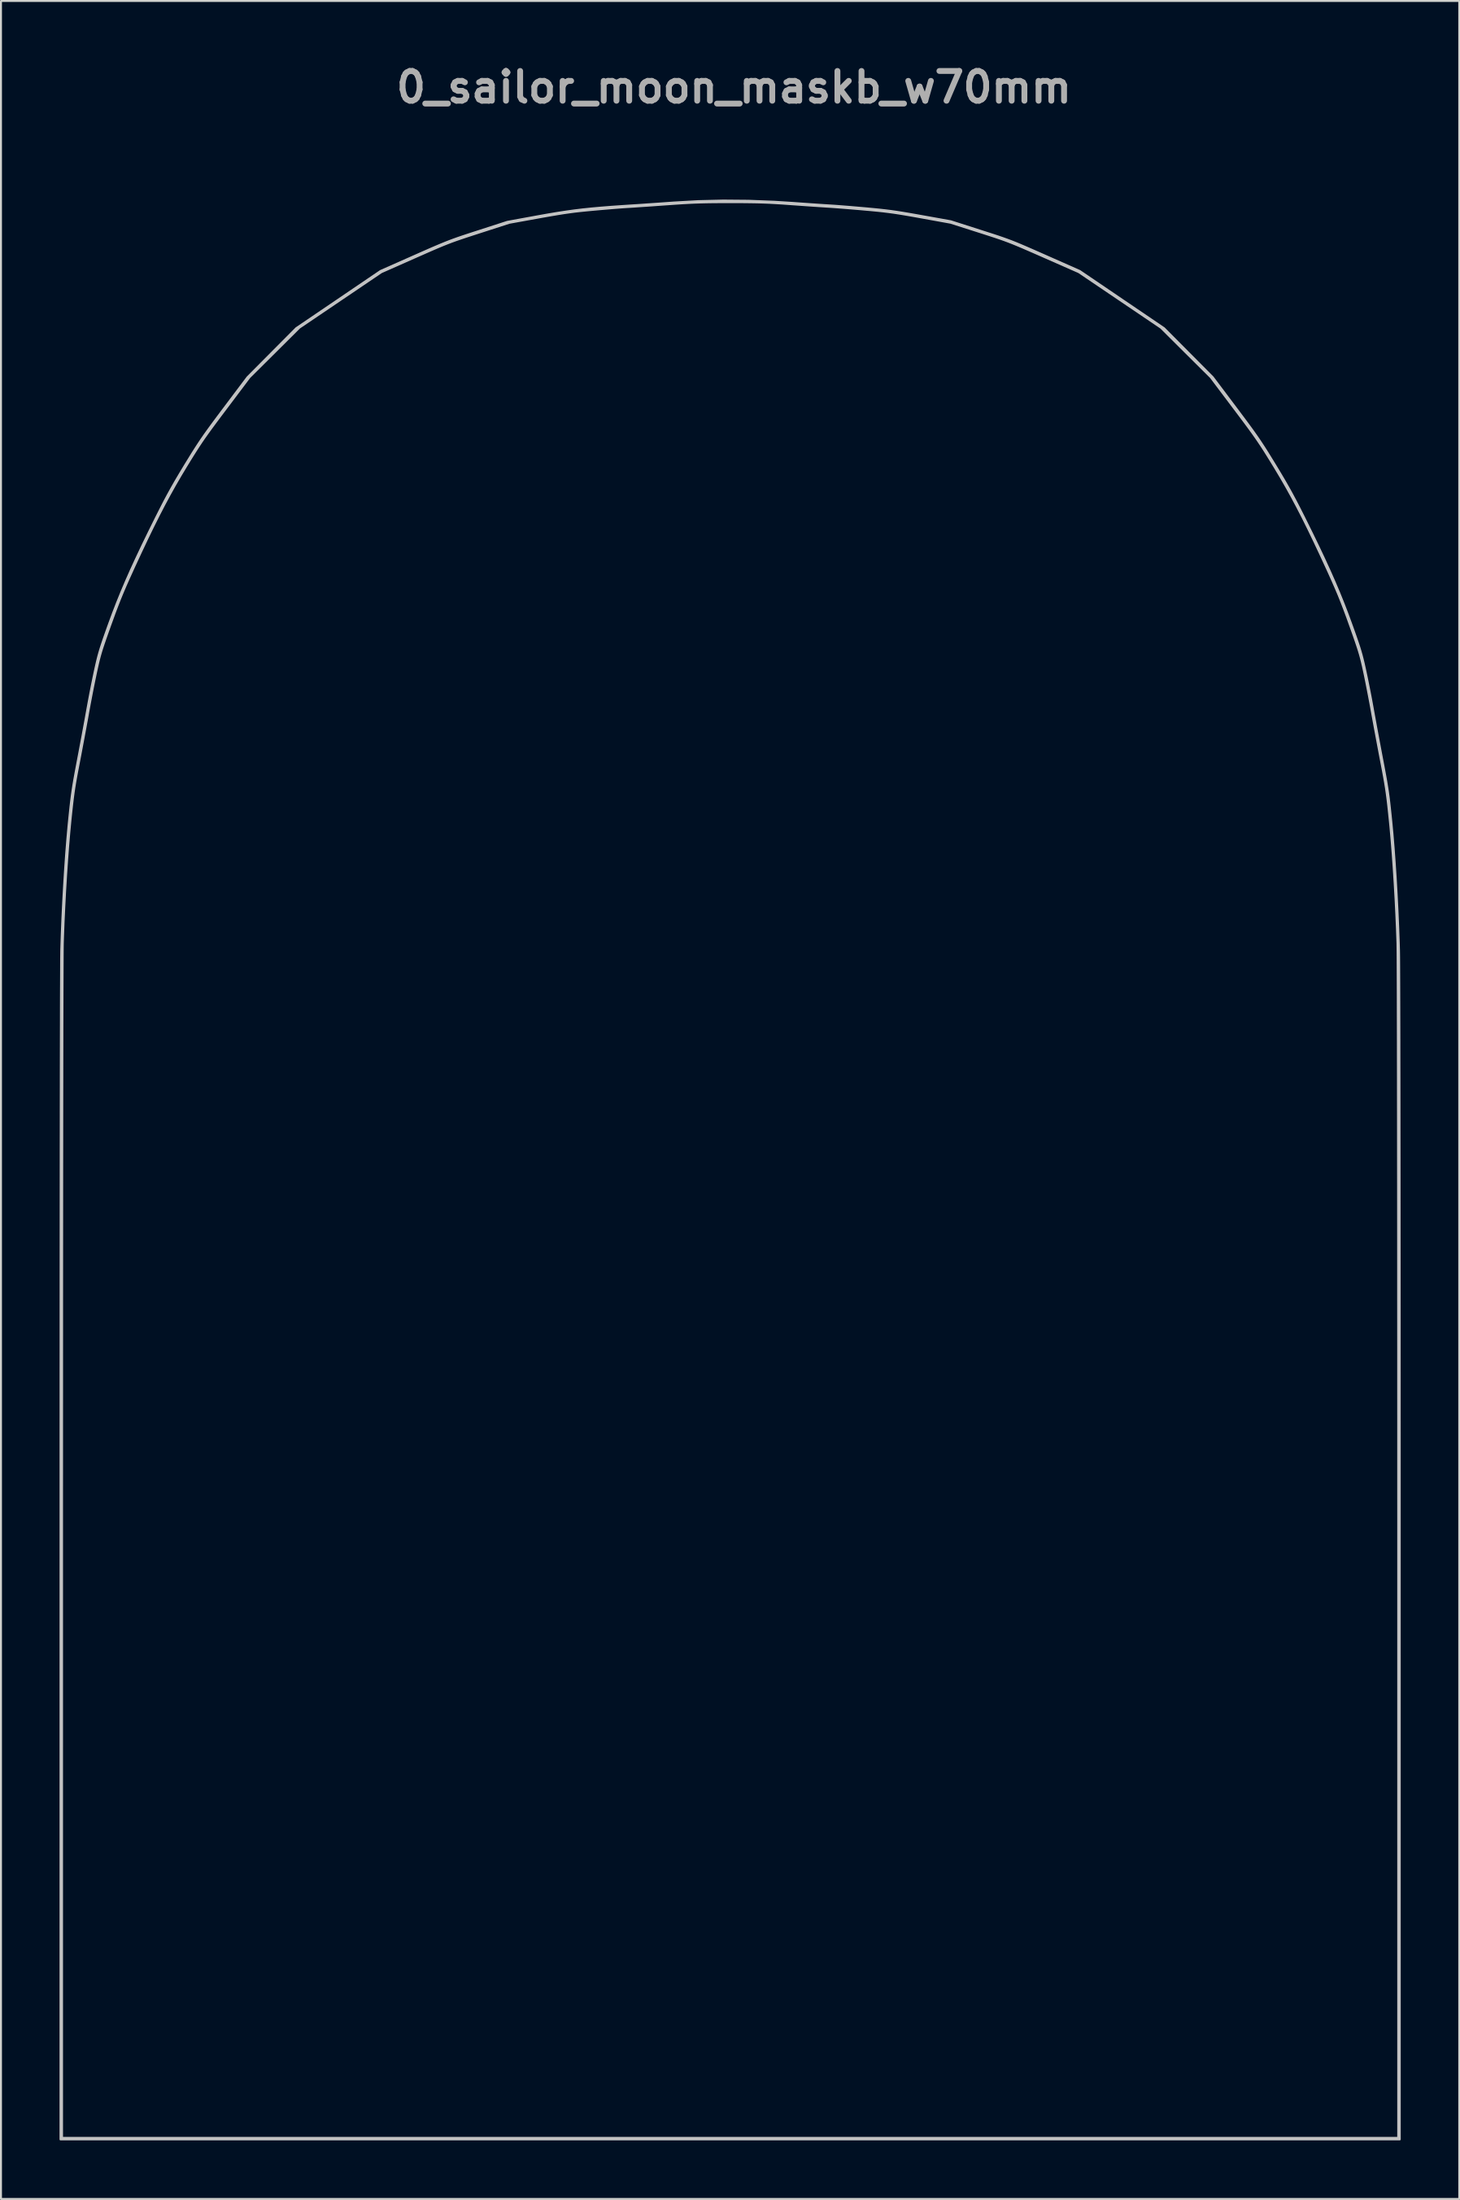
<source format=kicad_pcb>
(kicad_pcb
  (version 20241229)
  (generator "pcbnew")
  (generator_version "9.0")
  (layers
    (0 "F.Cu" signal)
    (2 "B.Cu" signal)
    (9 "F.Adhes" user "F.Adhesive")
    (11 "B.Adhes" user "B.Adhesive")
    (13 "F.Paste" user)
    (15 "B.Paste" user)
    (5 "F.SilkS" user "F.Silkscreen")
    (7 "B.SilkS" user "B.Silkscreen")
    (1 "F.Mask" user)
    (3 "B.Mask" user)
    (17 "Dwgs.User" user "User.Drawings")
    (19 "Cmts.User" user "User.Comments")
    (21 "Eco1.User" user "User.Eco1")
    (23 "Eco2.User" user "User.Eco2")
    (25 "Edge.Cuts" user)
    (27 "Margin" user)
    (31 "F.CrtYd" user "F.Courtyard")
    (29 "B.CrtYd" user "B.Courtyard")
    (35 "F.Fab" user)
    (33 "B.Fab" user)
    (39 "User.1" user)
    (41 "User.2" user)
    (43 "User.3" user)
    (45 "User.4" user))
  (footprint "0_sailor_moon_maskb_w70mm"
    (layer "F.Cu")
    (at 34.358 56.818)
    (property "Reference" "0_sailor_moon_maskb_w70mm" (at 0.2 -55.4 0) (layer "F.Fab") (effects (font (size 1.524 1.524) (thickness 0.3))))
    (attr board_only exclude_from_pos_files exclude_from_bom)
    (fp_poly (pts (xy -0.026 -42.275) (xy 0.222 -42.269) (xy 0.461 -42.259) (xy 0.706 -42.245) (xy 0.969 -42.227) (xy 1.245 -42.206) (xy 2.206 -42.124) (xy 3.121 -42.031) (xy 3.986 -41.927) (xy 4.795 -41.815) (xy 5.541 -41.694) (xy 6.218 -41.565) (xy 6.587 -41.485) (xy 7.329 -41.303) (xy 8.123 -41.084) (xy 8.955 -40.835) (xy 9.811 -40.559) (xy 10.677 -40.261) (xy 11.54 -39.947) (xy 12.385 -39.621) (xy 13.198 -39.289) (xy 13.965 -38.954) (xy 14.411 -38.748) (xy 15.522 -38.19) (xy 16.629 -37.573) (xy 17.722 -36.901) (xy 18.792 -36.184) (xy 19.828 -35.427) (xy 20.821 -34.638) (xy 21.762 -33.823) (xy 22.64 -32.989) (xy 23.105 -32.513) (xy 23.633 -31.951) (xy 24.109 -31.431) (xy 24.542 -30.944) (xy 24.938 -30.482) (xy 25.306 -30.036) (xy 25.652 -29.597) (xy 25.985 -29.156) (xy 26.072 -29.037) (xy 26.655 -28.202) (xy 27.235 -27.302) (xy 27.804 -26.351) (xy 28.357 -25.361) (xy 28.886 -24.345) (xy 29.384 -23.316) (xy 29.846 -22.287) (xy 30.263 -21.271) (xy 30.58 -20.421) (xy 30.819 -19.714) (xy 31.047 -18.968) (xy 31.263 -18.195) (xy 31.462 -17.409) (xy 31.644 -16.622) (xy 31.804 -15.846) (xy 31.94 -15.094) (xy 32.049 -14.378) (xy 32.128 -13.711) (xy 32.165 -13.283) (xy 32.199 -12.675) (xy 32.221 -12.01) (xy 32.232 -11.305) (xy 32.232 -10.58) (xy 32.221 -9.852) (xy 32.2 -9.14) (xy 32.168 -8.462) (xy 32.126 -7.837) (xy 32.11 -7.643) (xy 32.039 -6.88) (xy 31.968 -6.183) (xy 31.895 -5.541) (xy 31.817 -4.945) (xy 31.734 -4.383) (xy 31.643 -3.843) (xy 31.543 -3.316) (xy 31.43 -2.789) (xy 31.304 -2.253) (xy 31.162 -1.696) (xy 31.003 -1.106) (xy 30.883 -0.681) (xy 30.746 -0.201) (xy 30.624 0.216) (xy 30.513 0.581) (xy 30.411 0.907) (xy 30.312 1.205) (xy 30.213 1.487) (xy 30.11 1.765) (xy 29.999 2.051) (xy 29.875 2.357) (xy 29.858 2.399) (xy 29.529 3.186) (xy 29.209 3.912) (xy 28.89 4.593) (xy 28.565 5.245) (xy 28.227 5.883) (xy 27.867 6.521) (xy 27.55 7.06) (xy 27.18 7.668) (xy 26.837 8.218) (xy 26.512 8.722) (xy 26.199 9.191) (xy 25.887 9.636) (xy 25.571 10.07) (xy 25.241 10.504) (xy 24.889 10.949) (xy 24.691 11.195) (xy 24.235 11.749) (xy 23.819 12.245) (xy 23.436 12.688) (xy 23.083 13.083) (xy 22.753 13.437) (xy 22.442 13.754) (xy 22.145 14.04) (xy 21.98 14.191) (xy 21.028 15.014) (xy 20.064 15.773) (xy 19.069 16.484) (xy 18.024 17.16) (xy 17.893 17.241) (xy 17.221 17.647) (xy 16.604 18.013) (xy 16.032 18.343) (xy 15.496 18.641) (xy 14.987 18.913) (xy 14.496 19.162) (xy 14.013 19.393) (xy 13.531 19.611) (xy 13.038 19.82) (xy 12.527 20.025) (xy 11.988 20.23) (xy 11.436 20.431) (xy 10.407 20.79) (xy 9.431 21.111) (xy 8.498 21.398) (xy 7.594 21.652) (xy 6.709 21.879) (xy 5.83 22.08) (xy 4.945 22.259) (xy 4.242 22.386) (xy 4.021 22.43) (xy 3.855 22.482) (xy 3.732 22.557) (xy 3.637 22.666) (xy 3.556 22.821) (xy 3.477 23.037) (xy 3.452 23.111) (xy 3.228 23.884) (xy 3.062 24.643) (xy 2.957 25.377) (xy 2.93 25.692) (xy 2.924 26) (xy 2.94 26.359) (xy 2.976 26.747) (xy 3.029 27.14) (xy 3.096 27.516) (xy 3.174 27.853) (xy 3.189 27.906) (xy 3.223 28.024) (xy 3.256 28.131) (xy 3.291 28.235) (xy 3.332 28.343) (xy 3.381 28.463) (xy 3.442 28.601) (xy 3.518 28.765) (xy 3.614 28.962) (xy 3.731 29.2) (xy 3.874 29.485) (xy 4.045 29.826) (xy 4.236 30.204) (xy 4.32 30.445) (xy 4.354 30.716) (xy 4.336 30.99) (xy 4.282 31.196) (xy 4.225 31.322) (xy 4.155 31.421) (xy 4.05 31.518) (xy 3.957 31.589) (xy 3.821 31.683) (xy 3.688 31.763) (xy 3.588 31.811) (xy 3.582 31.813) (xy 3.467 31.835) (xy 3.303 31.848) (xy 3.12 31.851) (xy 2.945 31.844) (xy 2.807 31.826) (xy 2.796 31.823) (xy 2.724 31.789) (xy 2.61 31.716) (xy 2.474 31.617) (xy 2.384 31.546) (xy 2.172 31.35) (xy 1.931 31.083) (xy 1.663 30.747) (xy 1.37 30.345) (xy 1.052 29.878) (xy 0.806 29.496) (xy 0.645 29.241) (xy 0.516 29.025) (xy 0.408 28.83) (xy 0.31 28.635) (xy 0.213 28.42) (xy 0.105 28.165) (xy 0.029 27.979) (xy -0.083 27.7) (xy -0.17 27.474) (xy -0.237 27.282) (xy -0.292 27.105) (xy -0.339 26.924) (xy -0.384 26.721) (xy -0.433 26.476) (xy -0.438 26.45) (xy -0.488 26.176) (xy -0.536 25.882) (xy -0.577 25.595) (xy -0.609 25.342) (xy -0.622 25.211) (xy -0.665 24.691) (xy -0.875 24.431) (xy -1.085 24.172) (xy -1.525 24.03) (xy -1.715 23.968) (xy -1.894 23.911) (xy -2.039 23.865) (xy -2.12 23.84) (xy -2.222 23.802) (xy -2.368 23.736) (xy -2.535 23.653) (xy -2.633 23.603) (xy -2.736 23.551) (xy -2.86 23.496) (xy -3.01 23.435) (xy -3.194 23.367) (xy -3.419 23.288) (xy -3.692 23.196) (xy -4.02 23.089) (xy -4.41 22.964) (xy -4.772 22.849) (xy -5.211 22.711) (xy -5.697 22.56) (xy -6.209 22.403) (xy -6.729 22.244) (xy -7.237 22.091) (xy -7.713 21.949) (xy -8.139 21.823) (xy -8.209 21.802) (xy -8.764 21.638) (xy -9.285 21.476) (xy -9.785 21.312) (xy -10.275 21.144) (xy -10.765 20.965) (xy -11.268 20.772) (xy -11.794 20.562) (xy -12.354 20.329) (xy -12.961 20.069) (xy -13.624 19.779) (xy -13.688 19.75) (xy -14.838 19.219) (xy -15.927 18.669) (xy -16.951 18.102) (xy -17.909 17.52) (xy -18.796 16.925) (xy -19.525 16.385) (xy -19.781 16.19) (xy -19.983 16.045) (xy -20.133 15.95) (xy -20.234 15.901) (xy -20.258 15.895) (xy -20.437 15.904) (xy -20.641 15.98) (xy -20.863 16.122) (xy -20.914 16.162) (xy -21.037 16.254) (xy -21.201 16.366) (xy -21.38 16.483) (xy -21.478 16.543) (xy -21.628 16.63) (xy -21.764 16.7) (xy -21.906 16.76) (xy -22.071 16.818) (xy -22.279 16.879) (xy -22.486 16.937) (xy -22.824 17.019) (xy -23.218 17.098) (xy -23.65 17.173) (xy -24.101 17.24) (xy -24.553 17.298) (xy -24.988 17.343) (xy -25.388 17.374) (xy -25.734 17.387) (xy -25.788 17.387) (xy -26.292 17.369) (xy -26.731 17.314) (xy -27.103 17.223) (xy -27.408 17.095) (xy -27.645 16.931) (xy -27.774 16.79) (xy -27.835 16.698) (xy -27.87 16.613) (xy -27.886 16.507) (xy -27.889 16.352) (xy -27.889 16.346) (xy -27.887 16.202) (xy -27.875 16.098) (xy -27.842 16.008) (xy -27.782 15.903) (xy -27.705 15.788) (xy -27.624 15.677) (xy -27.537 15.575) (xy -27.431 15.472) (xy -27.293 15.355) (xy -27.113 15.213) (xy -26.956 15.095) (xy -26.72 14.921) (xy -26.447 14.723) (xy -26.165 14.52) (xy -25.9 14.334) (xy -25.789 14.256) (xy -25.403 13.989) (xy -25.076 13.762) (xy -24.805 13.571) (xy -24.585 13.413) (xy -24.411 13.284) (xy -24.279 13.181) (xy -24.185 13.1) (xy -24.123 13.037) (xy -24.09 12.988) (xy -24.081 12.95) (xy -24.092 12.919) (xy -24.118 12.892) (xy -24.126 12.885) (xy -24.18 12.868) (xy -24.297 12.845) (xy -24.462 12.82) (xy -24.661 12.794) (xy -24.778 12.781) (xy -25.191 12.731) (xy -25.534 12.68) (xy -25.813 12.623) (xy -26.036 12.557) (xy -26.209 12.48) (xy -26.339 12.387) (xy -26.434 12.276) (xy -26.501 12.144) (xy -26.547 11.986) (xy -26.551 11.964) (xy -26.594 11.752) (xy -26.415 11.579) (xy -26.296 11.48) (xy -26.127 11.359) (xy -25.927 11.23) (xy -25.719 11.105) (xy -25.52 10.997) (xy -25.352 10.917) (xy -25.349 10.916) (xy -25.258 10.873) (xy -25.225 10.836) (xy -25.239 10.784) (xy -25.249 10.766) (xy -25.313 10.668) (xy -25.421 10.526) (xy -25.562 10.351) (xy -25.728 10.156) (xy -25.907 9.953) (xy -26.089 9.751) (xy -26.264 9.565) (xy -26.423 9.405) (xy -26.498 9.333) (xy -26.923 8.959) (xy -27.339 8.642) (xy -27.766 8.366) (xy -28.208 8.127) (xy -28.602 7.919) (xy -28.942 7.716) (xy -29.252 7.501) (xy -29.551 7.261) (xy -29.746 7.088) (xy -29.892 6.949) (xy -30.027 6.806) (xy -30.164 6.646) (xy -30.312 6.454) (xy -30.484 6.217) (xy -30.585 6.074) (xy -30.766 5.811) (xy -30.911 5.59) (xy -31.031 5.392) (xy -31.137 5.198) (xy -31.241 4.988) (xy -31.344 4.761) (xy -31.572 4.219) (xy -31.796 3.628) (xy -32.007 3.015) (xy -32.196 2.405) (xy -32.354 1.825) (xy -32.399 1.643) (xy -32.533 1.004) (xy -32.627 0.388) (xy -32.686 -0.234) (xy -32.711 -0.89) (xy -32.713 -1.123) (xy -32.708 -1.421) (xy -32.691 -1.719) (xy -32.662 -2.03) (xy -32.617 -2.364) (xy -32.557 -2.734) (xy -32.479 -3.151) (xy -32.382 -3.627) (xy -32.342 -3.812) (xy -32.281 -4.109) (xy -32.235 -4.373) (xy -32.203 -4.621) (xy -32.185 -4.869) (xy -32.179 -5.131) (xy -32.184 -5.424) (xy -32.201 -5.764) (xy -32.226 -6.145) (xy -32.244 -6.457) (xy -32.259 -6.833) (xy -32.27 -7.261) (xy -32.278 -7.733) (xy -32.283 -8.238) (xy -32.284 -8.765) (xy -32.283 -9.306) (xy -32.278 -9.849) (xy -32.271 -10.385) (xy -32.26 -10.902) (xy -32.247 -11.393) (xy -32.232 -11.845) (xy -32.213 -12.249) (xy -32.193 -12.595) (xy -32.171 -12.856) (xy -32.098 -13.549) (xy -32.015 -14.226) (xy -31.922 -14.903) (xy -31.814 -15.597) (xy -31.691 -16.326) (xy -31.548 -17.106) (xy -31.49 -17.407) (xy -31.413 -17.773) (xy -31.308 -18.211) (xy -31.175 -18.72) (xy -31.014 -19.302) (xy -30.825 -19.956) (xy -30.808 -20.013) (xy -30.622 -20.6) (xy -30.396 -21.232) (xy -30.139 -21.893) (xy -29.857 -22.567) (xy -29.557 -23.236) (xy -29.247 -23.883) (xy -28.934 -24.492) (xy -28.669 -24.972) (xy -28.587 -25.109) (xy -28.467 -25.303) (xy -28.313 -25.546) (xy -28.132 -25.83) (xy -27.927 -26.147) (xy -27.705 -26.489) (xy -27.47 -26.848) (xy -27.227 -27.216) (xy -27.043 -27.495) (xy -26.766 -27.91) (xy -26.526 -28.27) (xy -26.316 -28.583) (xy -26.128 -28.858) (xy -25.956 -29.106) (xy -25.794 -29.334) (xy -25.635 -29.552) (xy -25.472 -29.77) (xy -25.299 -29.996) (xy -25.108 -30.24) (xy -24.894 -30.511) (xy -24.649 -30.818) (xy -24.491 -31.015) (xy -24.186 -31.396) (xy -23.92 -31.724) (xy -23.687 -32.008) (xy -23.478 -32.258) (xy -23.287 -32.482) (xy -23.104 -32.689) (xy -22.924 -32.888) (xy -22.736 -33.088) (xy -22.535 -33.297) (xy -22.367 -33.47) (xy -22.087 -33.753) (xy -21.832 -34.005) (xy -21.588 -34.238) (xy -21.341 -34.464) (xy -21.077 -34.697) (xy -20.782 -34.95) (xy -20.441 -35.235) (xy -20.384 -35.282) (xy -20.092 -35.523) (xy -19.849 -35.722) (xy -19.645 -35.886) (xy -19.469 -36.023) (xy -19.31 -36.141) (xy -19.158 -36.247) (xy -19.002 -36.349) (xy -18.831 -36.454) (xy -18.635 -36.571) (xy -18.403 -36.706) (xy -18.379 -36.72) (xy -17.918 -36.984) (xy -17.416 -37.264) (xy -16.881 -37.557) (xy -16.322 -37.857) (xy -15.747 -38.162) (xy -15.165 -38.465) (xy -14.585 -38.763) (xy -14.014 -39.052) (xy -13.462 -39.326) (xy -12.937 -39.583) (xy -12.447 -39.817) (xy -12.002 -40.023) (xy -11.609 -40.199) (xy -11.358 -40.306) (xy -10.593 -40.609) (xy -9.831 -40.881) (xy -9.061 -41.126) (xy -8.273 -41.347) (xy -7.458 -41.544) (xy -6.606 -41.721) (xy -5.706 -41.88) (xy -4.749 -42.024) (xy -3.773 -42.15) (xy -3.54 -42.176) (xy -3.325 -42.198) (xy -3.116 -42.216) (xy -2.899 -42.23) (xy -2.663 -42.242) (xy -2.396 -42.251) (xy -2.084 -42.258) (xy -1.718 -42.265) (xy -1.381 -42.27) (xy -0.96 -42.275) (xy -0.603 -42.277) (xy -0.297 -42.277)) (stroke (width 0) (type solid)) (fill yes) (layer "B.Mask"))
    (fp_poly (pts (xy 0.942 -49.589) (xy 2.278 -49.537) (xy 3.171 -49.481) (xy 3.536 -49.455) (xy 3.895 -49.43) (xy 4.236 -49.406) (xy 4.547 -49.385) (xy 4.817 -49.367) (xy 5.035 -49.353) (xy 5.189 -49.344) (xy 5.212 -49.342) (xy 5.363 -49.333) (xy 5.577 -49.317) (xy 5.842 -49.296) (xy 6.143 -49.272) (xy 6.468 -49.244) (xy 6.803 -49.215) (xy 6.963 -49.201) (xy 7.33 -49.167) (xy 7.652 -49.135) (xy 7.946 -49.102) (xy 8.226 -49.067) (xy 8.51 -49.027) (xy 8.813 -48.98) (xy 9.151 -48.923) (xy 9.54 -48.855) (xy 9.783 -48.812) (xy 11.3 -48.54) (xy 12.836 -48.049) (xy 13.188 -47.936) (xy 13.49 -47.839) (xy 13.754 -47.752) (xy 13.989 -47.671) (xy 14.208 -47.593) (xy 14.421 -47.513) (xy 14.641 -47.426) (xy 14.877 -47.328) (xy 15.141 -47.215) (xy 15.445 -47.083) (xy 15.8 -46.927) (xy 16.142 -46.776) (xy 17.912 -45.993) (xy 20.071 -44.528) (xy 22.23 -43.064) (xy 24.729 -40.551) (xy 25.916 -38.974) (xy 26.198 -38.598) (xy 26.44 -38.274) (xy 26.649 -37.99) (xy 26.832 -37.737) (xy 26.997 -37.503) (xy 27.15 -37.279) (xy 27.299 -37.053) (xy 27.452 -36.816) (xy 27.614 -36.556) (xy 27.794 -36.264) (xy 27.909 -36.077) (xy 28.163 -35.657) (xy 28.387 -35.279) (xy 28.59 -34.926) (xy 28.783 -34.577) (xy 28.976 -34.216) (xy 29.18 -33.822) (xy 29.404 -33.378) (xy 29.425 -33.336) (xy 29.798 -32.583) (xy 30.136 -31.888) (xy 30.441 -31.242) (xy 30.719 -30.636) (xy 30.973 -30.061) (xy 31.208 -29.507) (xy 31.426 -28.967) (xy 31.633 -28.43) (xy 31.82 -27.921) (xy 31.955 -27.545) (xy 32.066 -27.23) (xy 32.158 -26.962) (xy 32.235 -26.73) (xy 32.299 -26.521) (xy 32.355 -26.323) (xy 32.407 -26.122) (xy 32.459 -25.907) (xy 32.513 -25.665) (xy 32.537 -25.556) (xy 32.608 -25.225) (xy 32.685 -24.846) (xy 32.765 -24.445) (xy 32.841 -24.051) (xy 32.907 -23.69) (xy 32.925 -23.591) (xy 32.974 -23.318) (xy 33.035 -22.984) (xy 33.104 -22.605) (xy 33.18 -22.199) (xy 33.258 -21.78) (xy 33.336 -21.364) (xy 33.411 -20.969) (xy 33.412 -20.966) (xy 33.491 -20.549) (xy 33.557 -20.192) (xy 33.613 -19.882) (xy 33.659 -19.603) (xy 33.7 -19.339) (xy 33.736 -19.076) (xy 33.77 -18.798) (xy 33.804 -18.49) (xy 33.841 -18.137) (xy 33.876 -17.796) (xy 33.936 -17.155) (xy 33.994 -16.45) (xy 34.049 -15.696) (xy 34.101 -14.904) (xy 34.148 -14.089) (xy 34.19 -13.266) (xy 34.226 -12.446) (xy 34.256 -11.645) (xy 34.269 -11.222) (xy 34.271 -11.096) (xy 34.274 -10.893) (xy 34.276 -10.614) (xy 34.278 -10.261) (xy 34.28 -9.834) (xy 34.282 -9.335) (xy 34.284 -8.763) (xy 34.286 -8.122) (xy 34.288 -7.41) (xy 34.29 -6.631) (xy 34.291 -5.784) (xy 34.293 -4.87) (xy 34.295 -3.891) (xy 34.296 -2.848) (xy 34.297 -1.741) (xy 34.299 -0.572) (xy 34.3 0.658) (xy 34.301 1.948) (xy 34.302 3.298) (xy 34.303 4.706) (xy 34.304 6.17) (xy 34.305 7.691) (xy 34.305 9.267) (xy 34.306 10.897) (xy 34.306 12.58) (xy 34.307 14.315) (xy 34.307 16.1) (xy 34.307 17.936) (xy 34.307 19.82) (xy 34.307 19.906) (xy 34.308 49.672) (xy -34.308 49.672) (xy -34.308 49.594) (xy -34.23 49.594) (xy 34.23 49.594) (xy 34.229 19.633) (xy 34.229 17.813) (xy 34.228 16.034) (xy 34.228 14.299) (xy 34.228 12.609) (xy 34.227 10.965) (xy 34.227 9.368) (xy 34.226 7.819) (xy 34.225 6.32) (xy 34.225 4.872) (xy 34.224 3.476) (xy 34.223 2.133) (xy 34.222 0.845) (xy 34.22 -0.387) (xy 34.219 -1.563) (xy 34.218 -2.679) (xy 34.216 -3.737) (xy 34.215 -4.733) (xy 34.213 -5.668) (xy 34.212 -6.539) (xy 34.21 -7.345) (xy 34.208 -8.086) (xy 34.207 -8.76) (xy 34.205 -9.366) (xy 34.203 -9.902) (xy 34.201 -10.367) (xy 34.199 -10.761) (xy 34.197 -11.081) (xy 34.194 -11.327) (xy 34.192 -11.497) (xy 34.191 -11.572) (xy 34.165 -12.303) (xy 34.132 -13.069) (xy 34.093 -13.853) (xy 34.048 -14.642) (xy 33.998 -15.42) (xy 33.945 -16.173) (xy 33.888 -16.885) (xy 33.83 -17.542) (xy 33.799 -17.854) (xy 33.756 -18.27) (xy 33.718 -18.626) (xy 33.682 -18.937) (xy 33.645 -19.22) (xy 33.606 -19.492) (xy 33.561 -19.77) (xy 33.509 -20.069) (xy 33.447 -20.407) (xy 33.372 -20.8) (xy 33.355 -20.888) (xy 33.28 -21.28) (xy 33.201 -21.701) (xy 33.12 -22.132) (xy 33.041 -22.554) (xy 32.968 -22.95) (xy 32.904 -23.299) (xy 32.869 -23.494) (xy 32.806 -23.841) (xy 32.734 -24.221) (xy 32.659 -24.609) (xy 32.585 -24.983) (xy 32.516 -25.319) (xy 32.476 -25.506) (xy 32.423 -25.748) (xy 32.373 -25.961) (xy 32.324 -26.159) (xy 32.271 -26.352) (xy 32.211 -26.554) (xy 32.14 -26.775) (xy 32.055 -27.028) (xy 31.952 -27.325) (xy 31.827 -27.677) (xy 31.761 -27.86) (xy 31.601 -28.305) (xy 31.455 -28.696) (xy 31.318 -29.052) (xy 31.181 -29.392) (xy 31.036 -29.736) (xy 30.876 -30.102) (xy 30.693 -30.509) (xy 30.598 -30.717) (xy 30.252 -31.466) (xy 29.929 -32.151) (xy 29.625 -32.781) (xy 29.335 -33.365) (xy 29.054 -33.91) (xy 28.778 -34.428) (xy 28.502 -34.925) (xy 28.222 -35.411) (xy 27.933 -35.895) (xy 27.868 -36.002) (xy 27.677 -36.313) (xy 27.508 -36.585) (xy 27.354 -36.83) (xy 27.206 -37.057) (xy 27.059 -37.276) (xy 26.906 -37.498) (xy 26.739 -37.733) (xy 26.551 -37.991) (xy 26.336 -38.281) (xy 26.086 -38.615) (xy 25.844 -38.936) (xy 24.627 -40.551) (xy 23.35 -41.819) (xy 22.074 -43.088) (xy 19.969 -44.511) (xy 17.864 -45.934) (xy 16.06 -46.728) (xy 15.649 -46.909) (xy 15.297 -47.062) (xy 14.995 -47.193) (xy 14.732 -47.304) (xy 14.496 -47.401) (xy 14.276 -47.487) (xy 14.062 -47.567) (xy 13.843 -47.645) (xy 13.607 -47.725) (xy 13.344 -47.811) (xy 13.043 -47.908) (xy 12.778 -47.993) (xy 11.3 -48.464) (xy 9.785 -48.738) (xy 9.361 -48.814) (xy 8.997 -48.877) (xy 8.678 -48.93) (xy 8.388 -48.974) (xy 8.111 -49.011) (xy 7.831 -49.045) (xy 7.532 -49.077) (xy 7.199 -49.109) (xy 7.004 -49.126) (xy 6.656 -49.157) (xy 6.297 -49.187) (xy 5.942 -49.216) (xy 5.61 -49.242) (xy 5.317 -49.264) (xy 5.08 -49.28) (xy 5.037 -49.283) (xy 4.819 -49.297) (xy 4.54 -49.315) (xy 4.217 -49.337) (xy 3.865 -49.361) (xy 3.502 -49.387) (xy 3.144 -49.412) (xy 3.023 -49.421) (xy 2.657 -49.447) (xy 2.326 -49.467) (xy 2.016 -49.484) (xy 1.711 -49.496) (xy 1.396 -49.505) (xy 1.056 -49.511) (xy 0.676 -49.515) (xy 0.24 -49.516) (xy 0.006 -49.516) (xy -0.447 -49.516) (xy -0.838 -49.514) (xy -1.183 -49.509) (xy -1.5 -49.502) (xy -1.803 -49.492) (xy -2.11 -49.478) (xy -2.436 -49.46) (xy -2.798 -49.437) (xy -3.212 -49.408) (xy -3.289 -49.403) (xy -3.654 -49.377) (xy -4.013 -49.351) (xy -4.353 -49.328) (xy -4.664 -49.307) (xy -4.934 -49.288) (xy -5.152 -49.274) (xy -5.306 -49.265) (xy -5.329 -49.263) (xy -5.483 -49.253) (xy -5.7 -49.237) (xy -5.966 -49.216) (xy -6.267 -49.191) (xy -6.588 -49.164) (xy -6.916 -49.135) (xy -7.008 -49.127) (xy -7.357 -49.094) (xy -7.668 -49.062) (xy -7.956 -49.03) (xy -8.236 -48.993) (xy -8.523 -48.952) (xy -8.835 -48.902) (xy -9.184 -48.843) (xy -9.589 -48.772) (xy -9.779 -48.738) (xy -11.319 -48.46) (xy -12.865 -47.961) (xy -13.226 -47.844) (xy -13.536 -47.743) (xy -13.806 -47.652) (xy -14.048 -47.569) (xy -14.274 -47.487) (xy -14.495 -47.402) (xy -14.724 -47.311) (xy -14.971 -47.208) (xy -15.248 -47.089) (xy -15.568 -46.949) (xy -15.942 -46.784) (xy -16.14 -46.697) (xy -17.869 -45.932) (xy -22.074 -43.088) (xy -23.35 -41.819) (xy -24.627 -40.551) (xy -25.844 -38.936) (xy -26.128 -38.559) (xy -26.372 -38.232) (xy -26.582 -37.948) (xy -26.766 -37.694) (xy -26.931 -37.462) (xy -27.083 -37.241) (xy -27.229 -37.021) (xy -27.377 -36.792) (xy -27.534 -36.544) (xy -27.706 -36.266) (xy -27.868 -36.002) (xy -28.159 -35.518) (xy -28.441 -35.033) (xy -28.717 -34.539) (xy -28.993 -34.026) (xy -29.272 -33.488) (xy -29.56 -32.913) (xy -29.861 -32.294) (xy -30.179 -31.622) (xy -30.52 -30.888) (xy -30.598 -30.717) (xy -30.795 -30.284) (xy -30.965 -29.901) (xy -31.115 -29.55) (xy -31.255 -29.21) (xy -31.391 -28.864) (xy -31.532 -28.492) (xy -31.684 -28.074) (xy -31.762 -27.859) (xy -31.896 -27.484) (xy -32.007 -27.169) (xy -32.098 -26.903) (xy -32.174 -26.674) (xy -32.237 -26.469) (xy -32.292 -26.277) (xy -32.342 -26.085) (xy -32.391 -25.882) (xy -32.442 -25.654) (xy -32.496 -25.409) (xy -32.568 -25.062) (xy -32.648 -24.667) (xy -32.729 -24.253) (xy -32.806 -23.849) (xy -32.873 -23.484) (xy -32.889 -23.397) (xy -32.939 -23.113) (xy -33.002 -22.77) (xy -33.073 -22.386) (xy -33.149 -21.977) (xy -33.227 -21.562) (xy -33.303 -21.158) (xy -33.355 -20.888) (xy -33.433 -20.482) (xy -33.498 -20.134) (xy -33.552 -19.827) (xy -33.598 -19.546) (xy -33.638 -19.274) (xy -33.675 -18.994) (xy -33.711 -18.689) (xy -33.749 -18.343) (xy -33.791 -17.94) (xy -33.8 -17.854) (xy -33.859 -17.228) (xy -33.917 -16.538) (xy -33.972 -15.801) (xy -34.024 -15.03) (xy -34.072 -14.24) (xy -34.114 -13.445) (xy -34.151 -12.662) (xy -34.18 -11.903) (xy -34.191 -11.572) (xy -34.193 -11.457) (xy -34.195 -11.265) (xy -34.197 -10.998) (xy -34.199 -10.657) (xy -34.201 -10.243) (xy -34.203 -9.757) (xy -34.205 -9.201) (xy -34.207 -8.576) (xy -34.209 -7.883) (xy -34.211 -7.124) (xy -34.212 -6.299) (xy -34.214 -5.41) (xy -34.215 -4.457) (xy -34.217 -3.444) (xy -34.218 -2.369) (xy -34.219 -1.236) (xy -34.221 -0.045) (xy -34.222 1.204) (xy -34.223 2.507) (xy -34.224 3.865) (xy -34.225 5.276) (xy -34.226 6.739) (xy -34.226 8.252) (xy -34.227 9.815) (xy -34.227 11.425) (xy -34.228 13.083) (xy -34.228 14.786) (xy -34.229 16.533) (xy -34.229 18.324) (xy -34.229 19.633) (xy -34.23 49.594) (xy -34.308 49.594) (xy -34.307 19.886) (xy -34.307 17.946) (xy -34.307 16.061) (xy -34.307 14.23) (xy -34.306 12.455) (xy -34.306 10.736) (xy -34.305 9.075) (xy -34.305 7.472) (xy -34.304 5.929) (xy -34.303 4.445) (xy -34.302 3.023) (xy -34.301 1.662) (xy -34.3 0.364) (xy -34.299 -0.87) (xy -34.297 -2.041) (xy -34.296 -3.146) (xy -34.294 -4.184) (xy -34.293 -5.156) (xy -34.291 -6.061) (xy -34.289 -6.896) (xy -34.287 -7.662) (xy -34.286 -8.358) (xy -34.284 -8.982) (xy -34.281 -9.535) (xy -34.279 -10.014) (xy -34.277 -10.42) (xy -34.275 -10.751) (xy -34.272 -11.006) (xy -34.27 -11.185) (xy -34.268 -11.261) (xy -34.242 -12.057) (xy -34.209 -12.878) (xy -34.169 -13.709) (xy -34.123 -14.537) (xy -34.073 -15.348) (xy -34.019 -16.127) (xy -33.961 -16.863) (xy -33.901 -17.54) (xy -33.876 -17.796) (xy -33.835 -18.198) (xy -33.799 -18.543) (xy -33.764 -18.846) (xy -33.73 -19.12) (xy -33.693 -19.383) (xy -33.652 -19.649) (xy -33.604 -19.933) (xy -33.547 -20.25) (xy -33.478 -20.616) (xy -33.412 -20.966) (xy -33.337 -21.361) (xy -33.259 -21.776) (xy -33.18 -22.195) (xy -33.105 -22.602) (xy -33.035 -22.981) (xy -32.975 -23.315) (xy -32.925 -23.589) (xy -32.925 -23.591) (xy -32.862 -23.936) (xy -32.789 -24.323) (xy -32.71 -24.725) (xy -32.631 -25.114) (xy -32.558 -25.462) (xy -32.538 -25.556) (xy -32.481 -25.812) (xy -32.429 -26.036) (xy -32.378 -26.24) (xy -32.324 -26.437) (xy -32.264 -26.639) (xy -32.193 -26.859) (xy -32.109 -27.109) (xy -32.007 -27.401) (xy -31.883 -27.748) (xy -31.82 -27.922) (xy -31.62 -28.465) (xy -31.412 -29.003) (xy -31.192 -29.545) (xy -30.956 -30.101) (xy -30.7 -30.68) (xy -30.419 -31.289) (xy -30.111 -31.94) (xy -29.771 -32.639) (xy -29.425 -33.336) (xy -29.198 -33.786) (xy -28.994 -34.183) (xy -28.8 -34.546) (xy -28.607 -34.895) (xy -28.406 -35.247) (xy -28.184 -35.622) (xy -27.933 -36.038) (xy -27.909 -36.077) (xy -27.715 -36.392) (xy -27.544 -36.67) (xy -27.386 -36.918) (xy -27.236 -37.149) (xy -27.086 -37.373) (xy -26.929 -37.6) (xy -26.757 -37.841) (xy -26.564 -38.106) (xy -26.342 -38.406) (xy -26.084 -38.75) (xy -25.916 -38.974) (xy -24.729 -40.551) (xy -22.23 -43.064) (xy -20.071 -44.528) (xy -17.912 -45.993) (xy -16.162 -46.767) (xy -15.755 -46.947) (xy -15.408 -47.1) (xy -15.109 -47.229) (xy -14.846 -47.34) (xy -14.609 -47.437) (xy -14.386 -47.525) (xy -14.165 -47.607) (xy -13.935 -47.689) (xy -13.684 -47.774) (xy -13.402 -47.867) (xy -13.076 -47.973) (xy -12.914 -48.025) (xy -11.416 -48.509) (xy -9.841 -48.797) (xy -9.335 -48.887) (xy -8.867 -48.966) (xy -8.423 -49.034) (xy -7.991 -49.094) (xy -7.556 -49.147) (xy -7.105 -49.194) (xy -6.624 -49.237) (xy -6.1 -49.279) (xy -5.519 -49.319) (xy -5.17 -49.342) (xy -4.883 -49.36) (xy -4.538 -49.383) (xy -4.154 -49.41) (xy -3.753 -49.437) (xy -3.354 -49.465) (xy -2.976 -49.492) (xy -2.898 -49.498) (xy -1.63 -49.569) (xy -0.355 -49.6)) (stroke (width 0.1) (type solid)) (fill no) (layer "Dwgs.User")))
  (gr_rect
    (start -3 -3)
    (end 71.715 109.54)
    (stroke (width 0.1) (type default))
    (fill no)
    (layer "Edge.Cuts")))
</source>
